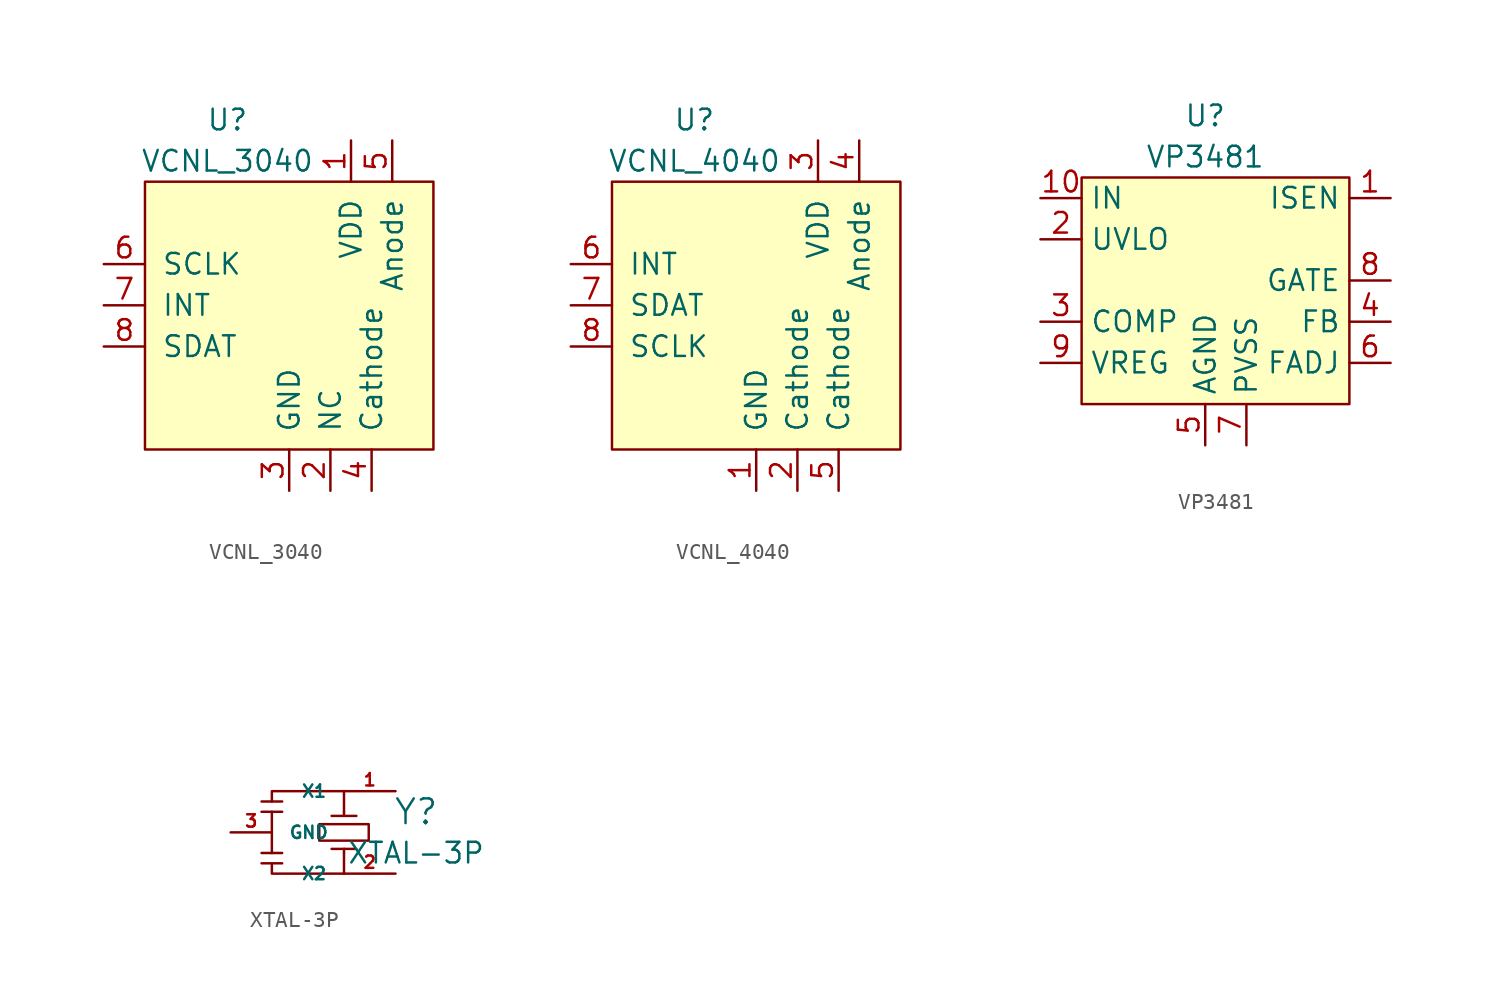
<source format=kicad_sym>
(kicad_symbol_lib
  (version 20220914)
  (generator kicad_symbol_editor)
  (symbol "VCNL_3040"
    (pin_names
      (offset 1.016))
    (property "Reference" "U"
      (at -3.81 11.43 0)
      (effects (font (size 1.27 1.27))))
    (property "Value" "VCNL_3040"
      (at -3.81 8.89 0)
      (effects (font (size 1.27 1.27))))
    (symbol "VCNL_3040_0_1"
      (rectangle (start -8.89 7.62) (end 8.89 -8.89) (stroke (width 0) (type default)) (fill (type background))))
    (symbol "VCNL_3040_1_1"
      (pin passive line (at 3.81 10.16 270) (length 2.54) (name "VDD" (effects (font (size 1.27 1.27)))) (number "1" (effects (font (size 1.27 1.27)))))
      (pin passive line (at 2.54 -11.43 90) (length 2.54) (name "NC" (effects (font (size 1.27 1.27)))) (number "2" (effects (font (size 1.27 1.27)))))
      (pin passive line (at 0 -11.43 90) (length 2.54) (name "GND" (effects (font (size 1.27 1.27)))) (number "3" (effects (font (size 1.27 1.27)))))
      (pin passive line (at 5.08 -11.43 90) (length 2.54) (name "Cathode" (effects (font (size 1.27 1.27)))) (number "4" (effects (font (size 1.27 1.27)))))
      (pin passive line (at 6.35 10.16 270) (length 2.54) (name "Anode" (effects (font (size 1.27 1.27)))) (number "5" (effects (font (size 1.27 1.27)))))
      (pin passive line (at -11.43 2.54 0) (length 2.54) (name "SCLK" (effects (font (size 1.27 1.27)))) (number "6" (effects (font (size 1.27 1.27)))))
      (pin passive line (at -11.43 0 0) (length 2.54) (name "INT" (effects (font (size 1.27 1.27)))) (number "7" (effects (font (size 1.27 1.27)))))
      (pin passive line (at -11.43 -2.54 0) (length 2.54) (name "SDAT" (effects (font (size 1.27 1.27)))) (number "8" (effects (font (size 1.27 1.27)))))))
  (symbol "VCNL_4040"
    (pin_names
      (offset 1.016))
    (property "Reference" "U"
      (at -3.81 11.43 0)
      (effects (font (size 1.27 1.27))))
    (property "Value" "VCNL_4040"
      (at -3.81 8.89 0)
      (effects (font (size 1.27 1.27))))
    (symbol "VCNL_4040_0_1"
      (rectangle (start -8.89 7.62) (end 8.89 -8.89) (stroke (width 0) (type default)) (fill (type background))))
    (symbol "VCNL_4040_1_1"
      (pin passive line (at 0 -11.43 90) (length 2.54) (name "GND" (effects (font (size 1.27 1.27)))) (number "1" (effects (font (size 1.27 1.27)))))
      (pin passive line (at 2.54 -11.43 90) (length 2.54) (name "Cathode" (effects (font (size 1.27 1.27)))) (number "2" (effects (font (size 1.27 1.27)))))
      (pin passive line (at 3.81 10.16 270) (length 2.54) (name "VDD" (effects (font (size 1.27 1.27)))) (number "3" (effects (font (size 1.27 1.27)))))
      (pin passive line (at 6.35 10.16 270) (length 2.54) (name "Anode" (effects (font (size 1.27 1.27)))) (number "4" (effects (font (size 1.27 1.27)))))
      (pin passive line (at 5.08 -11.43 90) (length 2.54) (name "Cathode" (effects (font (size 1.27 1.27)))) (number "5" (effects (font (size 1.27 1.27)))))
      (pin passive line (at -11.43 2.54 0) (length 2.54) (name "INT" (effects (font (size 1.27 1.27)))) (number "6" (effects (font (size 1.27 1.27)))))
      (pin passive line (at -11.43 0 0) (length 2.54) (name "SDAT" (effects (font (size 1.27 1.27)))) (number "7" (effects (font (size 1.27 1.27)))))
      (pin passive line (at -11.43 -2.54 0) (length 2.54) (name "SCLK" (effects (font (size 1.27 1.27)))) (number "8" (effects (font (size 1.27 1.27)))))))
  (symbol "VP3481"
    (property "Reference" "U"
      (at 0 5.08 0)
      (effects (font (size 1.27 1.27))))
    (property "Value" "VP3481"
      (at 0 2.54 0)
      (effects (font (size 1.27 1.27))))
    (symbol "VP3481_0_1"
      (rectangle (start -7.62 1.27) (end 8.89 -12.7) (stroke (width 0.152) (type default)) (fill (type background))))
    (symbol "VP3481_1_1"
      (pin input line (at 11.43 0 180) (length 2.54) (name "ISEN" (effects (font (size 1.27 1.27)))) (number "1" (effects (font (size 1.27 1.27)))))
      (pin input line (at -10.16 0 0) (length 2.54) (name "IN" (effects (font (size 1.27 1.27)))) (number "10" (effects (font (size 1.27 1.27)))))
      (pin input line (at -10.16 -2.54 0) (length 2.54) (name "UVLO" (effects (font (size 1.27 1.27)))) (number "2" (effects (font (size 1.27 1.27)))))
      (pin input line (at -10.16 -7.62 0) (length 2.54) (name "COMP" (effects (font (size 1.27 1.27)))) (number "3" (effects (font (size 1.27 1.27)))))
      (pin input line (at 11.43 -7.62 180) (length 2.54) (name "FB" (effects (font (size 1.27 1.27)))) (number "4" (effects (font (size 1.27 1.27)))))
      (pin input line (at 0 -15.24 90) (length 2.54) (name "AGND" (effects (font (size 1.27 1.27)))) (number "5" (effects (font (size 1.27 1.27)))))
      (pin input line (at 11.43 -10.16 180) (length 2.54) (name "FADJ" (effects (font (size 1.27 1.27)))) (number "6" (effects (font (size 1.27 1.27)))))
      (pin input line (at 2.54 -15.24 90) (length 2.54) (name "PVSS" (effects (font (size 1.27 1.27)))) (number "7" (effects (font (size 1.27 1.27)))))
      (pin input line (at 11.43 -5.08 180) (length 2.54) (name "GATE" (effects (font (size 1.27 1.27)))) (number "8" (effects (font (size 1.27 1.27)))))
      (pin input line (at -10.16 -10.16 0) (length 2.54) (name "VREG" (effects (font (size 1.27 1.27)))) (number "9" (effects (font (size 1.27 1.27)))))))
  (symbol "XTAL-3P"
    (pin_names
      (offset 1.016))
    (property "Reference" "Y"
      (at 6.35 1.27 0)
      (effects (font (size 1.524 1.524))))
    (property "Value" "XTAL-3P"
      (at 6.35 -1.27 0)
      (effects (font (size 1.27 1.27))))
    (property "Footprint" ""
      (at -12.7 10.16 0)
      (effects (font (size 1.524 1.524))))
    (property "Datasheet" ""
      (at -12.7 10.16 0)
      (effects (font (size 1.524 1.524))))
    (symbol "XTAL-3P_0_1"
      (polyline (pts (xy -3.175 -1.905) (xy -1.905 -1.905)) (stroke (width 0) (type default)) (fill (type none)))
      (polyline (pts (xy -3.175 1.905) (xy -1.905 1.905)) (stroke (width 0) (type default)) (fill (type none)))
      (polyline (pts (xy -2.54 1.27) (xy -2.54 -1.27)) (stroke (width 0) (type default)) (fill (type none)))
      (polyline (pts (xy 1.143 -1.016) (xy 2.667 -1.016)) (stroke (width 0) (type default)) (fill (type none)))
      (polyline (pts (xy 1.143 1.016) (xy 2.667 1.016)) (stroke (width 0) (type default)) (fill (type none)))
      (polyline (pts (xy 1.905 -1.27) (xy 1.905 -2.54)) (stroke (width 0) (type default)) (fill (type none)))
      (polyline (pts (xy 1.905 -1.016) (xy 1.905 -1.27)) (stroke (width 0) (type default)) (fill (type none)))
      (polyline (pts (xy 1.905 1.27) (xy 1.905 1.016)) (stroke (width 0) (type default)) (fill (type none)))
      (polyline (pts (xy 1.905 2.54) (xy 1.905 1.27)) (stroke (width 0) (type default)) (fill (type none)))
      (polyline (pts (xy -3.175 -1.27) (xy -2.54 -1.27) (xy -1.905 -1.27)) (stroke (width 0) (type default)) (fill (type none)))
      (polyline (pts (xy -3.175 1.27) (xy -2.54 1.27) (xy -1.905 1.27)) (stroke (width 0) (type default)) (fill (type none)))
      (polyline (pts (xy -2.54 -1.905) (xy -2.54 -2.54) (xy 1.905 -2.54)) (stroke (width 0) (type default)) (fill (type none)))
      (polyline (pts (xy -2.54 1.905) (xy -2.54 2.54) (xy 1.905 2.54)) (stroke (width 0) (type default)) (fill (type none)))
      (polyline (pts (xy 0.381 0.508) (xy 0.381 -0.508) (xy 3.429 -0.508) (xy 3.429 0.508) (xy 0.381 0.508)) (stroke (width 0) (type default)) (fill (type none))))
    (symbol "XTAL-3P_1_1"
      (pin bidirectional line (at 5.08 2.54 180) (length 3.175) (name "X1" (effects (font (size 0.762 0.762)))) (number "1" (effects (font (size 0.762 0.762)))))
      (pin bidirectional line (at 5.08 -2.54 180) (length 3.175) (name "X2" (effects (font (size 0.762 0.762)))) (number "2" (effects (font (size 0.762 0.762)))))
      (pin bidirectional line (at -5.08 0 0) (length 2.54) (name "GND" (effects (font (size 0.762 0.762)))) (number "3" (effects (font (size 0.762 0.762))))))))
</source>
